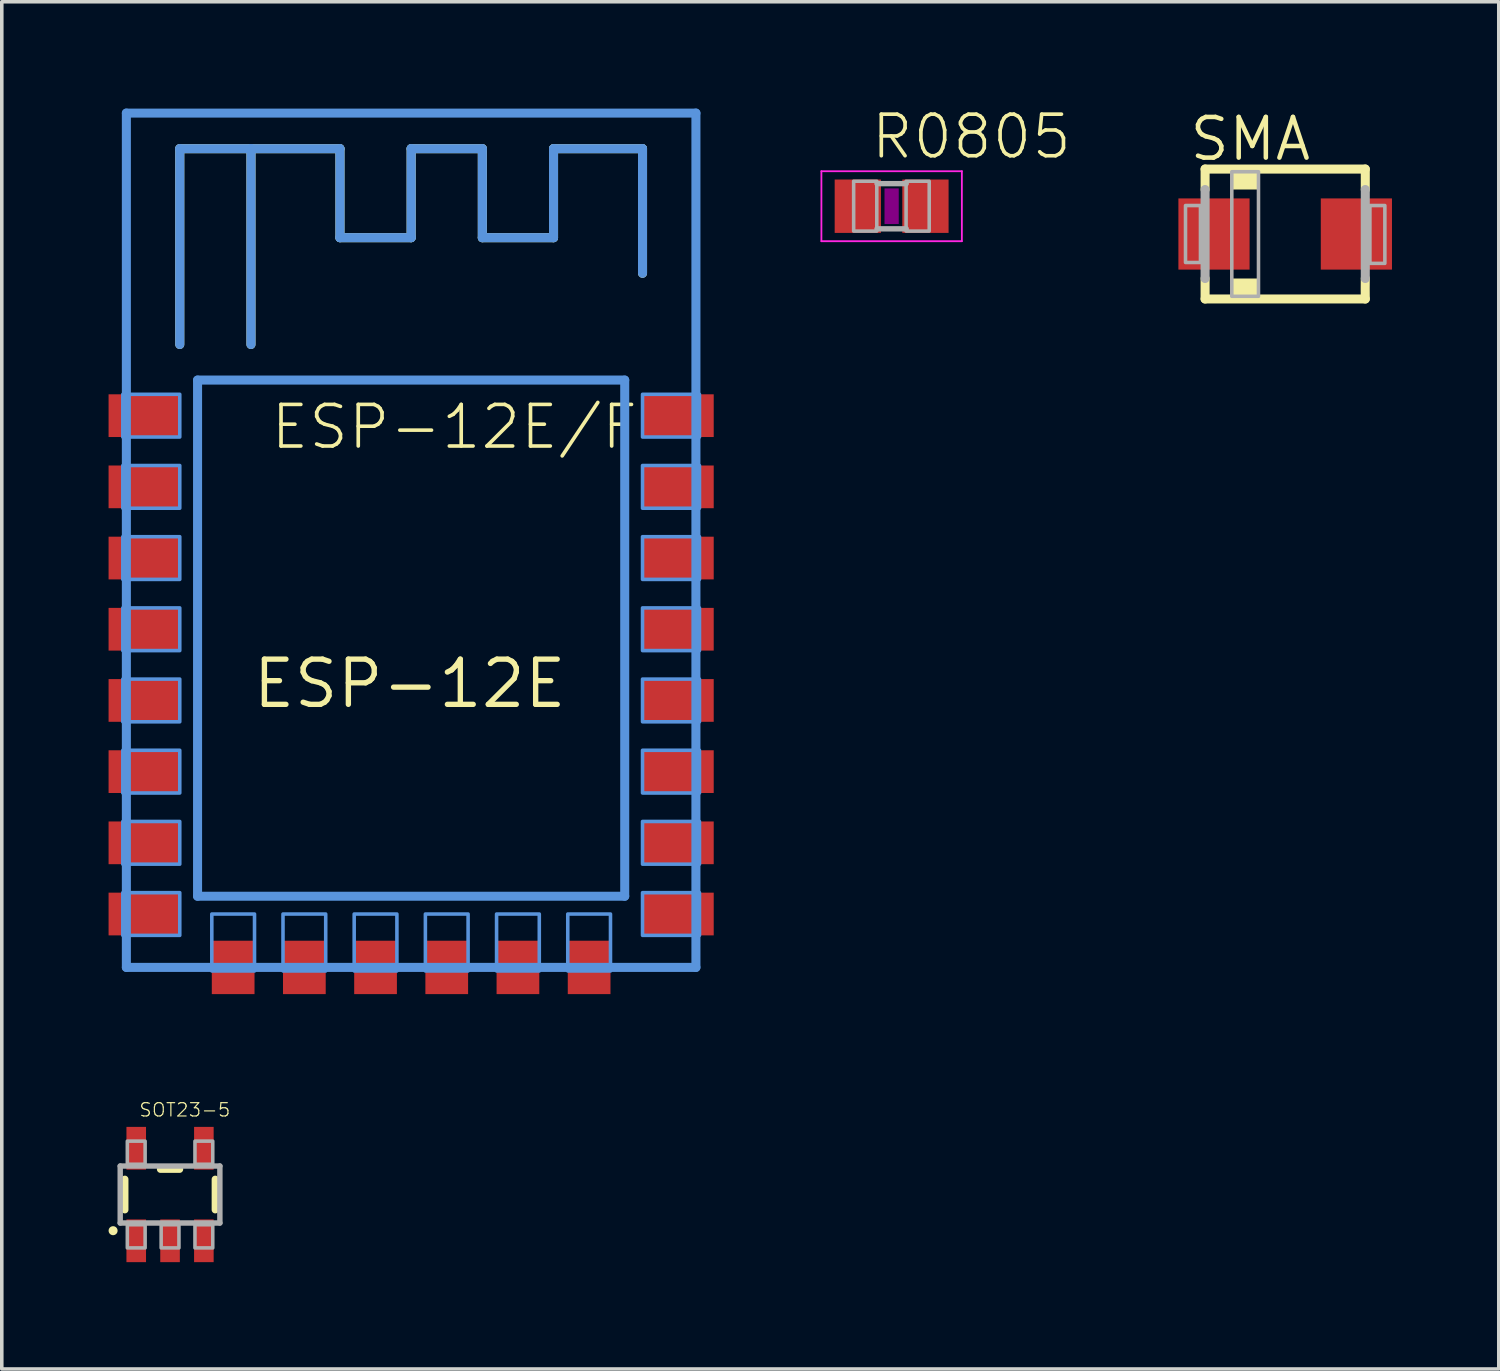
<source format=kicad_pcb>
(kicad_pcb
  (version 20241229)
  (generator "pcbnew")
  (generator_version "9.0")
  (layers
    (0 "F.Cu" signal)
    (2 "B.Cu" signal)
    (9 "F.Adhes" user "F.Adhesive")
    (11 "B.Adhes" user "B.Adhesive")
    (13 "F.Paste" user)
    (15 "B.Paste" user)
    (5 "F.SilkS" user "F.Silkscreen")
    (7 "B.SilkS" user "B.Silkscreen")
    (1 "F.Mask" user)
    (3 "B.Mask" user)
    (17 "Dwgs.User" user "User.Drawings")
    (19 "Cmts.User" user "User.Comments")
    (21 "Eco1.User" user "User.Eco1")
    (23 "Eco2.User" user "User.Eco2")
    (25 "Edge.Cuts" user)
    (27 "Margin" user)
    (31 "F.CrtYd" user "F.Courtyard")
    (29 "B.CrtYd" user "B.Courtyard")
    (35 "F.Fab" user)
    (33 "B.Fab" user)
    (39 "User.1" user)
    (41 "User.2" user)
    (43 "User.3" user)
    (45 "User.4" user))
  (footprint "SMA"
    (layer "F.Cu")
    (at 33.054 3.524)
    (property "Reference" "SMA" (at -2.75 -2 0) (layer "F.SilkS") (effects (font (size 1.143 1.143) (thickness 0.127)) (justify left bottom)))
    (fp_line (start -2.25 -1.825) (end -2.25 -1.25) (stroke (width 0.254) (type solid)) (layer "F.SilkS"))
    (fp_line (start -2.25 -1.825) (end 2.25 -1.825) (stroke (width 0.254) (type solid)) (layer "F.SilkS"))
    (fp_line (start -2.25 1.825) (end -2.25 1.25) (stroke (width 0.254) (type solid)) (layer "F.SilkS"))
    (fp_line (start 2.25 -1.825) (end 2.25 -1.25) (stroke (width 0.254) (type solid)) (layer "F.SilkS"))
    (fp_line (start 2.25 1.825) (end -2.25 1.825) (stroke (width 0.254) (type solid)) (layer "F.SilkS"))
    (fp_arc (start 2.25 1.825) (mid 2.247611 1.5375) (end 2.25 1.25) (stroke (width 0.254) (type solid)) (layer "F.SilkS"))
    (fp_poly (pts (xy -1.5 -1.25) (xy -0.75 -1.25) (xy -0.75 -1.75) (xy -1.5 -1.75)) (stroke (width 0) (type solid)) (fill yes) (layer "F.SilkS"))
    (fp_poly (pts (xy -1.5 1.75) (xy -0.75 1.75) (xy -0.75 1.25) (xy -1.5 1.25)) (stroke (width 0) (type solid)) (fill yes) (layer "F.SilkS"))
    (fp_line (start -2.25 1.25) (end -2.25 -1.25) (stroke (width 0.254) (type solid)) (layer "F.Fab"))
    (fp_line (start 2.25 -1.25) (end 2.25 1.25) (stroke (width 0.254) (type solid)) (layer "F.Fab"))
    (fp_poly (pts (xy -2.8 0.8) (xy -2.38 0.8) (xy -2.38 -0.8) (xy -2.8 -0.8)) (stroke (width 0.1) (type solid)) (fill no) (layer "F.Fab"))
    (fp_poly (pts (xy -1.5 1.75) (xy -0.75 1.75) (xy -0.75 -1.75) (xy -1.5 -1.75)) (stroke (width 0.1) (type solid)) (fill no) (layer "F.Fab"))
    (fp_poly (pts (xy 2.38 0.825) (xy 2.8 0.825) (xy 2.8 -0.8) (xy 2.38 -0.8)) (stroke (width 0.1) (type solid)) (fill no) (layer "F.Fab"))
    (pad "A" smd rect (at 2 0) (size 2 2) (layers "F.Cu" "F.Mask" "F.Paste"))
    (pad "C" smd rect (at -2 0) (size 2 2) (layers "F.Cu" "F.Mask" "F.Paste")))
  (footprint "ESP-12E"
    (layer "F.Cu")
    (at 8.46 16.157)
    (property "Reference" "ESP-12E" (at 0 0 0) (layer "F.SilkS") (effects (font (size 1.27 1.27) (thickness 0.15))))
    (fp_line (start -7.96 -16.03) (end -7.96 -8.53) (stroke (width 0.127) (type solid)) (layer "F.SilkS"))
    (fp_line (start -7.96 -16.03) (end 8.04 -16.03) (stroke (width 0.127) (type solid)) (layer "F.SilkS"))
    (fp_line (start -7.96 7.47) (end -7.96 7.97) (stroke (width 0.127) (type solid)) (layer "F.SilkS"))
    (fp_line (start -7.96 7.97) (end -5.96 7.97) (stroke (width 0.127) (type solid)) (layer "F.SilkS"))
    (fp_line (start -6.46 -15.03) (end -4.46 -15.03) (stroke (width 0.254) (type solid)) (layer "F.SilkS"))
    (fp_line (start -6.46 -9.53) (end -6.46 -15.03) (stroke (width 0.254) (type solid)) (layer "F.SilkS"))
    (fp_line (start -4.46 -15.03) (end -1.96 -15.03) (stroke (width 0.254) (type solid)) (layer "F.SilkS"))
    (fp_line (start -4.46 -9.53) (end -4.46 -15.03) (stroke (width 0.254) (type solid)) (layer "F.SilkS"))
    (fp_line (start -1.96 -15.03) (end -1.96 -12.53) (stroke (width 0.254) (type solid)) (layer "F.SilkS"))
    (fp_line (start -1.96 -12.53) (end 0.04 -12.53) (stroke (width 0.254) (type solid)) (layer "F.SilkS"))
    (fp_line (start 0.04 -15.03) (end 2.04 -15.03) (stroke (width 0.254) (type solid)) (layer "F.SilkS"))
    (fp_line (start 0.04 -12.53) (end 0.04 -15.03) (stroke (width 0.254) (type solid)) (layer "F.SilkS"))
    (fp_line (start 2.04 -15.03) (end 2.04 -12.53) (stroke (width 0.254) (type solid)) (layer "F.SilkS"))
    (fp_line (start 2.04 -12.53) (end 4.04 -12.53) (stroke (width 0.254) (type solid)) (layer "F.SilkS"))
    (fp_line (start 4.04 -15.03) (end 6.54 -15.03) (stroke (width 0.254) (type solid)) (layer "F.SilkS"))
    (fp_line (start 4.04 -12.53) (end 4.04 -15.03) (stroke (width 0.254) (type solid)) (layer "F.SilkS"))
    (fp_line (start 6.04 7.97) (end 8.04 7.97) (stroke (width 0.127) (type solid)) (layer "F.SilkS"))
    (fp_line (start 6.54 -15.03) (end 6.54 -11.53) (stroke (width 0.254) (type solid)) (layer "F.SilkS"))
    (fp_line (start 8.04 -16.03) (end 8.04 -8.53) (stroke (width 0.127) (type solid)) (layer "F.SilkS"))
    (fp_line (start 8.04 7.97) (end 8.04 7.47) (stroke (width 0.127) (type solid)) (layer "F.SilkS"))
    (fp_line (start -7.96 -16.03) (end 8.04 -16.03) (stroke (width 0.254) (type solid)) (layer "Cmts.User"))
    (fp_line (start -7.96 7.97) (end -7.96 -16.03) (stroke (width 0.254) (type solid)) (layer "Cmts.User"))
    (fp_line (start -6.46 -15.03) (end -4.46 -15.03) (stroke (width 0.254) (type solid)) (layer "Cmts.User"))
    (fp_line (start -6.46 -9.53) (end -6.46 -15.03) (stroke (width 0.254) (type solid)) (layer "Cmts.User"))
    (fp_line (start -5.96 -8.53) (end 6.04 -8.53) (stroke (width 0.254) (type solid)) (layer "Cmts.User"))
    (fp_line (start -5.96 5.97) (end -5.96 -8.53) (stroke (width 0.254) (type solid)) (layer "Cmts.User"))
    (fp_line (start -4.46 -15.03) (end -1.96 -15.03) (stroke (width 0.254) (type solid)) (layer "Cmts.User"))
    (fp_line (start -4.46 -9.53) (end -4.46 -15.03) (stroke (width 0.254) (type solid)) (layer "Cmts.User"))
    (fp_line (start -1.96 -15.03) (end -1.96 -12.53) (stroke (width 0.254) (type solid)) (layer "Cmts.User"))
    (fp_line (start -1.96 -12.53) (end 0.04 -12.53) (stroke (width 0.254) (type solid)) (layer "Cmts.User"))
    (fp_line (start 0.04 -15.03) (end 2.04 -15.03) (stroke (width 0.254) (type solid)) (layer "Cmts.User"))
    (fp_line (start 0.04 -12.53) (end 0.04 -15.03) (stroke (width 0.254) (type solid)) (layer "Cmts.User"))
    (fp_line (start 2.04 -15.03) (end 2.04 -12.53) (stroke (width 0.254) (type solid)) (layer "Cmts.User"))
    (fp_line (start 2.04 -12.53) (end 4.04 -12.53) (stroke (width 0.254) (type solid)) (layer "Cmts.User"))
    (fp_line (start 4.04 -15.03) (end 6.54 -15.03) (stroke (width 0.254) (type solid)) (layer "Cmts.User"))
    (fp_line (start 4.04 -12.53) (end 4.04 -15.03) (stroke (width 0.254) (type solid)) (layer "Cmts.User"))
    (fp_line (start 6.04 -8.53) (end 6.04 5.97) (stroke (width 0.254) (type solid)) (layer "Cmts.User"))
    (fp_line (start 6.04 5.97) (end -5.96 5.97) (stroke (width 0.254) (type solid)) (layer "Cmts.User"))
    (fp_line (start 6.54 -15.03) (end 6.54 -11.53) (stroke (width 0.254) (type solid)) (layer "Cmts.User"))
    (fp_line (start 8.04 -16.03) (end 8.04 7.97) (stroke (width 0.254) (type solid)) (layer "Cmts.User"))
    (fp_line (start 8.04 7.97) (end -7.96 7.97) (stroke (width 0.254) (type solid)) (layer "Cmts.User"))
    (fp_poly (pts (xy -8.06 -6.93) (xy -6.46 -6.93) (xy -6.46 -8.13) (xy -8.06 -8.13)) (stroke (width 0.1) (type solid)) (fill no) (layer "Cmts.User"))
    (fp_poly (pts (xy -8.06 -4.93) (xy -6.46 -4.93) (xy -6.46 -6.13) (xy -8.06 -6.13)) (stroke (width 0.1) (type solid)) (fill no) (layer "Cmts.User"))
    (fp_poly (pts (xy -8.06 -2.93) (xy -6.46 -2.93) (xy -6.46 -4.13) (xy -8.06 -4.13)) (stroke (width 0.1) (type solid)) (fill no) (layer "Cmts.User"))
    (fp_poly (pts (xy -8.06 -0.93) (xy -6.46 -0.93) (xy -6.46 -2.13) (xy -8.06 -2.13)) (stroke (width 0.1) (type solid)) (fill no) (layer "Cmts.User"))
    (fp_poly (pts (xy -8.06 1.07) (xy -6.46 1.07) (xy -6.46 -0.13) (xy -8.06 -0.13)) (stroke (width 0.1) (type solid)) (fill no) (layer "Cmts.User"))
    (fp_poly (pts (xy -8.06 3.07) (xy -6.46 3.07) (xy -6.46 1.87) (xy -8.06 1.87)) (stroke (width 0.1) (type solid)) (fill no) (layer "Cmts.User"))
    (fp_poly (pts (xy -8.06 5.07) (xy -6.46 5.07) (xy -6.46 3.87) (xy -8.06 3.87)) (stroke (width 0.1) (type solid)) (fill no) (layer "Cmts.User"))
    (fp_poly (pts (xy -8.06 7.07) (xy -6.46 7.07) (xy -6.46 5.87) (xy -8.06 5.87)) (stroke (width 0.1) (type solid)) (fill no) (layer "Cmts.User"))
    (fp_poly (pts (xy -4.36 8.07) (xy -4.36 6.47) (xy -5.56 6.47) (xy -5.56 8.07)) (stroke (width 0.1) (type solid)) (fill no) (layer "Cmts.User"))
    (fp_poly (pts (xy -2.36 8.07) (xy -2.36 6.47) (xy -3.56 6.47) (xy -3.56 8.07)) (stroke (width 0.1) (type solid)) (fill no) (layer "Cmts.User"))
    (fp_poly (pts (xy -0.36 8.07) (xy -0.36 6.47) (xy -1.56 6.47) (xy -1.56 8.07)) (stroke (width 0.1) (type solid)) (fill no) (layer "Cmts.User"))
    (fp_poly (pts (xy 1.64 8.07) (xy 1.64 6.47) (xy 0.44 6.47) (xy 0.44 8.07)) (stroke (width 0.1) (type solid)) (fill no) (layer "Cmts.User"))
    (fp_poly (pts (xy 3.64 8.07) (xy 3.64 6.47) (xy 2.44 6.47) (xy 2.44 8.07)) (stroke (width 0.1) (type solid)) (fill no) (layer "Cmts.User"))
    (fp_poly (pts (xy 5.64 8.07) (xy 5.64 6.47) (xy 4.44 6.47) (xy 4.44 8.07)) (stroke (width 0.1) (type solid)) (fill no) (layer "Cmts.User"))
    (fp_poly (pts (xy 8.14 -8.13) (xy 6.54 -8.13) (xy 6.54 -6.93) (xy 8.14 -6.93)) (stroke (width 0.1) (type solid)) (fill no) (layer "Cmts.User"))
    (fp_poly (pts (xy 8.14 -6.13) (xy 6.54 -6.13) (xy 6.54 -4.93) (xy 8.14 -4.93)) (stroke (width 0.1) (type solid)) (fill no) (layer "Cmts.User"))
    (fp_poly (pts (xy 8.14 -4.13) (xy 6.54 -4.13) (xy 6.54 -2.93) (xy 8.14 -2.93)) (stroke (width 0.1) (type solid)) (fill no) (layer "Cmts.User"))
    (fp_poly (pts (xy 8.14 -2.13) (xy 6.54 -2.13) (xy 6.54 -0.93) (xy 8.14 -0.93)) (stroke (width 0.1) (type solid)) (fill no) (layer "Cmts.User"))
    (fp_poly (pts (xy 8.14 -0.13) (xy 6.54 -0.13) (xy 6.54 1.07) (xy 8.14 1.07)) (stroke (width 0.1) (type solid)) (fill no) (layer "Cmts.User"))
    (fp_poly (pts (xy 8.14 1.87) (xy 6.54 1.87) (xy 6.54 3.07) (xy 8.14 3.07)) (stroke (width 0.1) (type solid)) (fill no) (layer "Cmts.User"))
    (fp_poly (pts (xy 8.14 3.87) (xy 6.54 3.87) (xy 6.54 5.07) (xy 8.14 5.07)) (stroke (width 0.1) (type solid)) (fill no) (layer "Cmts.User"))
    (fp_poly (pts (xy 8.14 5.87) (xy 6.54 5.87) (xy 6.54 7.07) (xy 8.14 7.07)) (stroke (width 0.1) (type solid)) (fill no) (layer "Cmts.User"))
    (fp_text user "ESP-12E/F" (at -3.96 -6.53 0) (layer "F.SilkS") (effects (font (size 1.168 1.168) (thickness 0.102)) (justify left bottom)))
    (pad "ADC" smd rect (at -7.46 -5.53) (size 2 1.2) (layers "F.Cu" "F.Mask" "F.Paste"))
    (pad "CS0" smd rect (at -4.96 7.97 90) (size 1.5 1.2) (layers "F.Cu" "F.Mask" "F.Paste"))
    (pad "EN" smd rect (at -7.46 -3.53) (size 2 1.2) (layers "F.Cu" "F.Mask" "F.Paste"))
    (pad "GND" smd rect (at 7.54 6.47) (size 2 1.2) (layers "F.Cu" "F.Mask" "F.Paste"))
    (pad "IO0" smd rect (at 7.54 0.47) (size 2 1.2) (layers "F.Cu" "F.Mask" "F.Paste"))
    (pad "IO2" smd rect (at 7.54 2.47) (size 2 1.2) (layers "F.Cu" "F.Mask" "F.Paste"))
    (pad "IO4" smd rect (at 7.54 -1.53) (size 2 1.2) (layers "F.Cu" "F.Mask" "F.Paste"))
    (pad "IO5" smd rect (at 7.54 -3.53) (size 2 1.2) (layers "F.Cu" "F.Mask" "F.Paste"))
    (pad "IO9" smd rect (at -0.96 7.97 90) (size 1.5 1.2) (layers "F.Cu" "F.Mask" "F.Paste"))
    (pad "IO10" smd rect (at 1.04 7.97 90) (size 1.5 1.2) (layers "F.Cu" "F.Mask" "F.Paste"))
    (pad "IO12" smd rect (at -7.46 2.47) (size 2 1.2) (layers "F.Cu" "F.Mask" "F.Paste"))
    (pad "IO13" smd rect (at -7.46 4.47) (size 2 1.2) (layers "F.Cu" "F.Mask" "F.Paste"))
    (pad "IO14" smd rect (at -7.46 0.47) (size 2 1.2) (layers "F.Cu" "F.Mask" "F.Paste"))
    (pad "IO15" smd rect (at 7.54 4.47) (size 2 1.2) (layers "F.Cu" "F.Mask" "F.Paste"))
    (pad "IO16" smd rect (at -7.46 -1.53) (size 2 1.2) (layers "F.Cu" "F.Mask" "F.Paste"))
    (pad "MISO" smd rect (at -2.96 7.97 90) (size 1.5 1.2) (layers "F.Cu" "F.Mask" "F.Paste"))
    (pad "MOSI" smd rect (at 3.04 7.97 90) (size 1.5 1.2) (layers "F.Cu" "F.Mask" "F.Paste"))
    (pad "RST" smd rect (at -7.46 -7.53) (size 2 1.2) (layers "F.Cu" "F.Mask" "F.Paste"))
    (pad "RXD/IO3" smd rect (at 7.54 -5.53) (size 2 1.2) (layers "F.Cu" "F.Mask" "F.Paste"))
    (pad "SCLK" smd rect (at 5.04 7.97 90) (size 1.5 1.2) (layers "F.Cu" "F.Mask" "F.Paste"))
    (pad "TXD/IO1" smd rect (at 7.54 -7.53) (size 2 1.2) (layers "F.Cu" "F.Mask" "F.Paste"))
    (pad "VCC" smd rect (at -7.46 6.47) (size 2 1.2) (layers "F.Cu" "F.Mask" "F.Paste")))
  (footprint "SOT23-5"
    (layer "F.Cu")
    (at 1.727 30.507)
    (property "Reference" "SOT23-5" (at -0.889 -2.159 0) (layer "F.SilkS") (effects (font (size 0.374 0.374) (thickness 0.033)) (justify left bottom)))
    (fp_line (start -1.27 0.429) (end -1.27 -0.429) (stroke (width 0.203) (type solid)) (layer "F.SilkS"))
    (fp_line (start -0.268 -0.709) (end 0.268 -0.709) (stroke (width 0.203) (type solid)) (layer "F.SilkS"))
    (fp_line (start 1.27 -0.429) (end 1.27 0.429) (stroke (width 0.203) (type solid)) (layer "F.SilkS"))
    (fp_circle (center -1.6 1.016) (end -1.537 1.016) (stroke (width 0.127) (type solid)) (fill yes) (layer "F.SilkS"))
    (fp_line (start -1.4 -0.8) (end -1.4 0.8) (stroke (width 0.152) (type solid)) (layer "F.Fab"))
    (fp_line (start -1.4 -0.8) (end 1.4 -0.8) (stroke (width 0.152) (type solid)) (layer "F.Fab"))
    (fp_line (start 1.4 -0.8) (end 1.4 0.8) (stroke (width 0.152) (type solid)) (layer "F.Fab"))
    (fp_line (start 1.4 0.8) (end -1.4 0.8) (stroke (width 0.152) (type solid)) (layer "F.Fab"))
    (fp_poly (pts (xy -1.2 -0.85) (xy -0.7 -0.85) (xy -0.7 -1.5) (xy -1.2 -1.5)) (stroke (width 0.1) (type solid)) (fill no) (layer "F.Fab"))
    (fp_poly (pts (xy -1.2 1.5) (xy -0.7 1.5) (xy -0.7 0.85) (xy -1.2 0.85)) (stroke (width 0.1) (type solid)) (fill no) (layer "F.Fab"))
    (fp_poly (pts (xy -0.25 1.5) (xy 0.25 1.5) (xy 0.25 0.85) (xy -0.25 0.85)) (stroke (width 0.1) (type solid)) (fill no) (layer "F.Fab"))
    (fp_poly (pts (xy 0.7 -0.85) (xy 1.2 -0.85) (xy 1.2 -1.5) (xy 0.7 -1.5)) (stroke (width 0.1) (type solid)) (fill no) (layer "F.Fab"))
    (fp_poly (pts (xy 0.7 1.5) (xy 1.2 1.5) (xy 1.2 0.85) (xy 0.7 0.85)) (stroke (width 0.1) (type solid)) (fill no) (layer "F.Fab"))
    (pad "1" smd rect (at -0.95 1.3) (size 0.55 1.2) (layers "F.Cu" "F.Mask" "F.Paste"))
    (pad "2" smd rect (at 0 1.3) (size 0.55 1.2) (layers "F.Cu" "F.Mask" "F.Paste"))
    (pad "3" smd rect (at 0.95 1.3) (size 0.55 1.2) (layers "F.Cu" "F.Mask" "F.Paste"))
    (pad "4" smd rect (at 0.95 -1.3) (size 0.55 1.2) (layers "F.Cu" "F.Mask" "F.Paste"))
    (pad "5" smd rect (at -0.95 -1.3) (size 0.55 1.2) (layers "F.Cu" "F.Mask" "F.Paste")))
  (footprint "R0805"
    (layer "F.Cu")
    (at 21.998 2.743)
    (property "Reference" "R0805" (at -0.635 -1.27 0) (layer "F.SilkS") (effects (font (size 1.168 1.168) (thickness 0.102)) (justify left bottom)))
    (fp_poly (pts (xy -0.2 0.5) (xy 0.2 0.5) (xy 0.2 -0.5) (xy -0.2 -0.5)) (stroke (width 0) (type solid)) (fill yes) (layer "F.Adhes"))
    (fp_line (start -1.973 -0.983) (end 1.973 -0.983) (stroke (width 0.051) (type solid)) (layer "F.CrtYd"))
    (fp_line (start -1.973 0.983) (end -1.973 -0.983) (stroke (width 0.051) (type solid)) (layer "F.CrtYd"))
    (fp_line (start 1.973 -0.983) (end 1.973 0.983) (stroke (width 0.051) (type solid)) (layer "F.CrtYd"))
    (fp_line (start 1.973 0.983) (end -1.973 0.983) (stroke (width 0.051) (type solid)) (layer "F.CrtYd"))
    (fp_line (start -0.41 -0.635) (end 0.41 -0.635) (stroke (width 0.152) (type solid)) (layer "F.Fab"))
    (fp_line (start -0.41 0.635) (end 0.41 0.635) (stroke (width 0.152) (type solid)) (layer "F.Fab"))
    (fp_poly (pts (xy -1.067 0.699) (xy -0.417 0.699) (xy -0.417 -0.702) (xy -1.067 -0.702)) (stroke (width 0.1) (type solid)) (fill no) (layer "F.Fab"))
    (fp_poly (pts (xy 0.406 0.699) (xy 1.056 0.699) (xy 1.056 -0.702) (xy 0.406 -0.702)) (stroke (width 0.1) (type solid)) (fill no) (layer "F.Fab"))
    (pad "1" smd rect (at -0.95 0) (size 1.3 1.5) (layers "F.Cu" "F.Mask" "F.Paste"))
    (pad "2" smd rect (at 0.95 0) (size 1.3 1.5) (layers "F.Cu" "F.Mask" "F.Paste")))
  (gr_rect
    (start -3 -3)
    (end 39.054 35.408)
    (stroke (width 0.1) (type default))
    (fill no)
    (layer "Edge.Cuts")))
</source>
